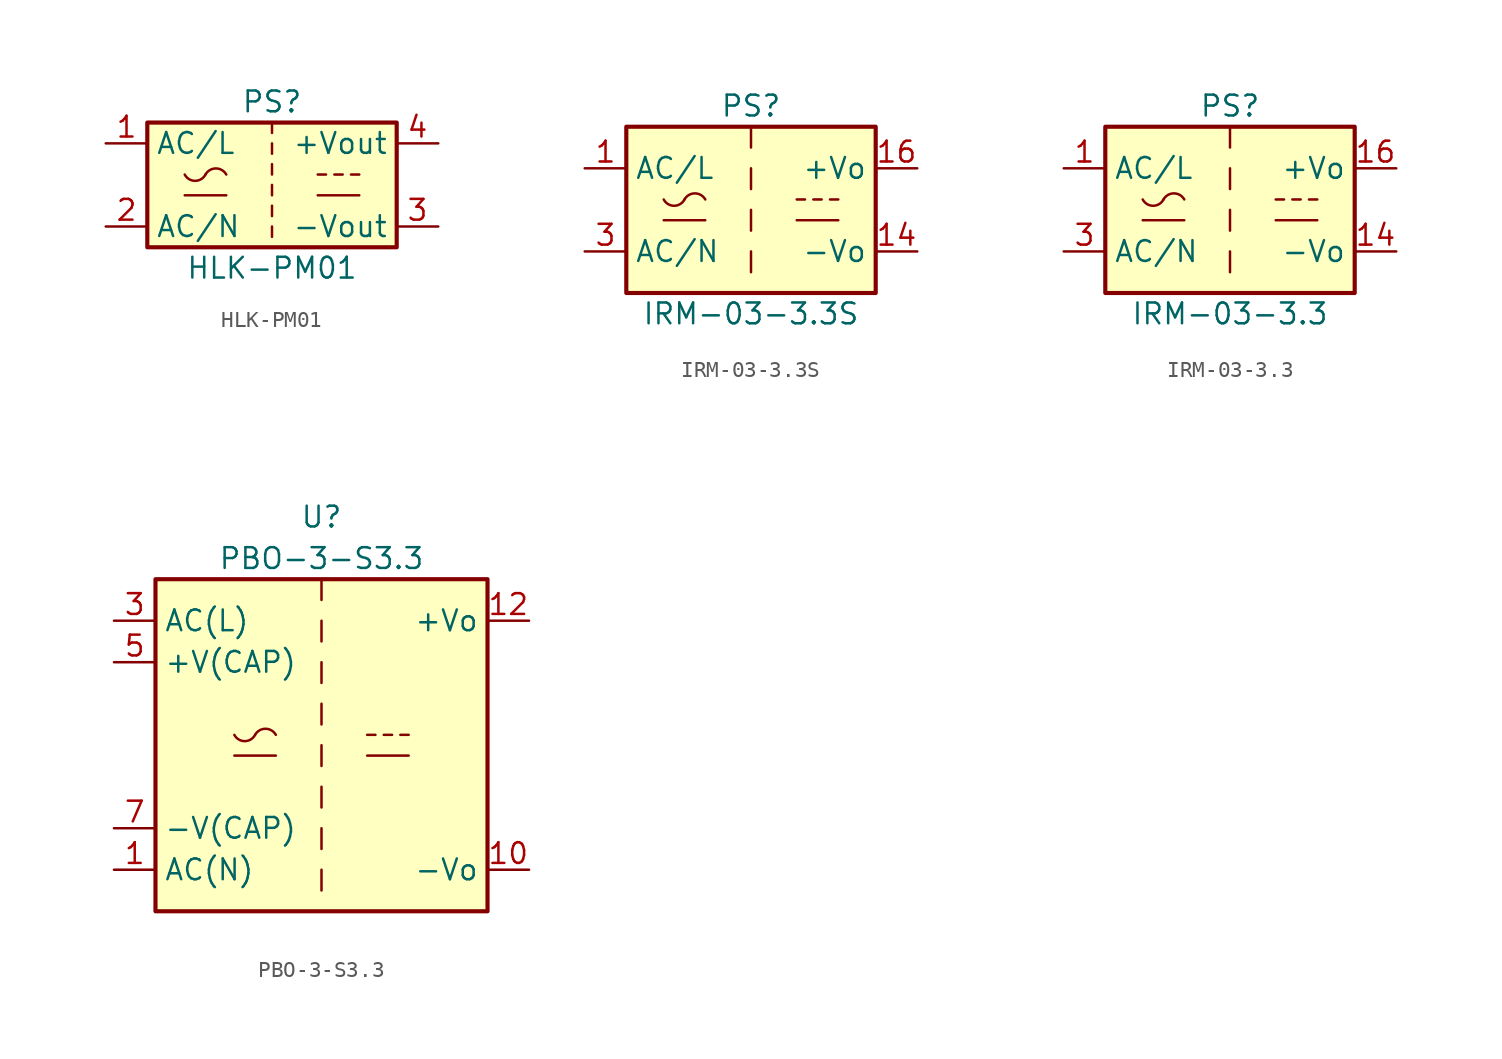
<source format=kicad_sym>
(kicad_symbol_lib
  (version 20211014)
  (generator kicad_symbol_editor)
  (symbol "HLK-PM01"
    (property "Reference" "PS"
      (at 0 5.08 0)
      (effects (font (size 1.27 1.27))))
    (property "Value" "HLK-PM01"
      (at 0 -5.08 0)
      (effects (font (size 1.27 1.27))))
    (symbol "HLK-PM01_0_1"
      (rectangle (start -7.62 3.81) (end 7.62 -3.81) (stroke (width 0.254) (type default) (color 0 0 0 0)) (fill (type background)))
      (arc (start -5.334 0.635) (mid -4.699 0.2495) (end -4.064 0.635) (stroke (width 0) (type default) (color 0 0 0 0)) (fill (type none)))
      (arc (start -2.794 0.635) (mid -3.429 1.0072) (end -4.064 0.635) (stroke (width 0) (type default) (color 0 0 0 0)) (fill (type none)))
      (polyline (pts (xy -5.334 -0.635) (xy -2.794 -0.635)) (stroke (width 0) (type default) (color 0 0 0 0)) (fill (type none)))
      (polyline (pts (xy 0 -2.54) (xy 0 -3.175)) (stroke (width 0) (type default) (color 0 0 0 0)) (fill (type none)))
      (polyline (pts (xy 0 -1.27) (xy 0 -1.905)) (stroke (width 0) (type default) (color 0 0 0 0)) (fill (type none)))
      (polyline (pts (xy 0 0) (xy 0 -0.635)) (stroke (width 0) (type default) (color 0 0 0 0)) (fill (type none)))
      (polyline (pts (xy 0 1.27) (xy 0 0.635)) (stroke (width 0) (type default) (color 0 0 0 0)) (fill (type none)))
      (polyline (pts (xy 0 2.54) (xy 0 1.905)) (stroke (width 0) (type default) (color 0 0 0 0)) (fill (type none)))
      (polyline (pts (xy 0 3.81) (xy 0 3.175)) (stroke (width 0) (type default) (color 0 0 0 0)) (fill (type none)))
      (polyline (pts (xy 2.794 -0.635) (xy 5.334 -0.635)) (stroke (width 0) (type default) (color 0 0 0 0)) (fill (type none)))
      (polyline (pts (xy 2.794 0.635) (xy 3.302 0.635)) (stroke (width 0) (type default) (color 0 0 0 0)) (fill (type none)))
      (polyline (pts (xy 3.81 0.635) (xy 4.318 0.635)) (stroke (width 0) (type default) (color 0 0 0 0)) (fill (type none)))
      (polyline (pts (xy 4.826 0.635) (xy 5.334 0.635)) (stroke (width 0) (type default) (color 0 0 0 0)) (fill (type none))))
    (symbol "HLK-PM01_1_1"
      (pin power_in line (at -10.16 2.54 0) (length 2.54) (name "AC/L" (effects (font (size 1.27 1.27)))) (number "1" (effects (font (size 1.27 1.27)))))
      (pin power_in line (at -10.16 -2.54 0) (length 2.54) (name "AC/N" (effects (font (size 1.27 1.27)))) (number "2" (effects (font (size 1.27 1.27)))))
      (pin power_out line (at 10.16 -2.54 180) (length 2.54) (name "-Vout" (effects (font (size 1.27 1.27)))) (number "3" (effects (font (size 1.27 1.27)))))
      (pin power_out line (at 10.16 2.54 180) (length 2.54) (name "+Vout" (effects (font (size 1.27 1.27)))) (number "4" (effects (font (size 1.27 1.27)))))))
  (symbol "IRM-03-3.3S"
    (property "Reference" "PS"
      (at 0 6.35 0)
      (effects (font (size 1.27 1.27))))
    (property "Value" "IRM-03-3.3S"
      (at 0 -6.35 0)
      (effects (font (size 1.27 1.27))))
    (symbol "IRM-03-3.3S_0_1"
      (rectangle (start -7.62 5.08) (end 7.62 -5.08) (stroke (width 0.254) (type default) (color 0 0 0 0)) (fill (type background)))
      (arc (start -5.334 0.635) (mid -4.699 0.2495) (end -4.064 0.635) (stroke (width 0) (type default) (color 0 0 0 0)) (fill (type none)))
      (arc (start -2.794 0.635) (mid -3.429 1.0072) (end -4.064 0.635) (stroke (width 0) (type default) (color 0 0 0 0)) (fill (type none)))
      (polyline (pts (xy -5.334 -0.635) (xy -2.794 -0.635)) (stroke (width 0) (type default) (color 0 0 0 0)) (fill (type none)))
      (polyline (pts (xy 0 -2.54) (xy 0 -3.81)) (stroke (width 0) (type default) (color 0 0 0 0)) (fill (type none)))
      (polyline (pts (xy 0 0) (xy 0 -1.27)) (stroke (width 0) (type default) (color 0 0 0 0)) (fill (type none)))
      (polyline (pts (xy 0 2.54) (xy 0 1.27)) (stroke (width 0) (type default) (color 0 0 0 0)) (fill (type none)))
      (polyline (pts (xy 0 5.08) (xy 0 3.81)) (stroke (width 0) (type default) (color 0 0 0 0)) (fill (type none)))
      (polyline (pts (xy 2.794 -0.635) (xy 5.334 -0.635)) (stroke (width 0) (type default) (color 0 0 0 0)) (fill (type none)))
      (polyline (pts (xy 2.794 0.635) (xy 3.302 0.635)) (stroke (width 0) (type default) (color 0 0 0 0)) (fill (type none)))
      (polyline (pts (xy 3.81 0.635) (xy 4.318 0.635)) (stroke (width 0) (type default) (color 0 0 0 0)) (fill (type none)))
      (polyline (pts (xy 4.826 0.635) (xy 5.334 0.635)) (stroke (width 0) (type default) (color 0 0 0 0)) (fill (type none))))
    (symbol "IRM-03-3.3S_1_1"
      (pin power_in line (at -10.16 2.54 0) (length 2.54) (name "AC/L" (effects (font (size 1.27 1.27)))) (number "1" (effects (font (size 1.27 1.27)))))
      (pin power_out line (at 10.16 -2.54 180) (length 2.54) (name "-Vo" (effects (font (size 1.27 1.27)))) (number "14" (effects (font (size 1.27 1.27)))))
      (pin power_out line (at 10.16 2.54 180) (length 2.54) (name "+Vo" (effects (font (size 1.27 1.27)))) (number "16" (effects (font (size 1.27 1.27)))))
      (pin power_in line (at -10.16 -2.54 0) (length 2.54) (name "AC/N" (effects (font (size 1.27 1.27)))) (number "3" (effects (font (size 1.27 1.27)))))))
  (symbol "IRM-03-3.3"
    (property "Reference" "PS"
      (at 0 6.35 0)
      (effects (font (size 1.27 1.27))))
    (property "Value" "IRM-03-3.3"
      (at 0 -6.35 0)
      (effects (font (size 1.27 1.27))))
    (symbol "IRM-03-3.3_0_1"
      (rectangle (start -7.62 5.08) (end 7.62 -5.08) (stroke (width 0.254) (type default) (color 0 0 0 0)) (fill (type background)))
      (arc (start -5.334 0.635) (mid -4.699 0.2495) (end -4.064 0.635) (stroke (width 0) (type default) (color 0 0 0 0)) (fill (type none)))
      (arc (start -2.794 0.635) (mid -3.429 1.0072) (end -4.064 0.635) (stroke (width 0) (type default) (color 0 0 0 0)) (fill (type none)))
      (polyline (pts (xy -5.334 -0.635) (xy -2.794 -0.635)) (stroke (width 0) (type default) (color 0 0 0 0)) (fill (type none)))
      (polyline (pts (xy 0 -2.54) (xy 0 -3.81)) (stroke (width 0) (type default) (color 0 0 0 0)) (fill (type none)))
      (polyline (pts (xy 0 0) (xy 0 -1.27)) (stroke (width 0) (type default) (color 0 0 0 0)) (fill (type none)))
      (polyline (pts (xy 0 2.54) (xy 0 1.27)) (stroke (width 0) (type default) (color 0 0 0 0)) (fill (type none)))
      (polyline (pts (xy 0 5.08) (xy 0 3.81)) (stroke (width 0) (type default) (color 0 0 0 0)) (fill (type none)))
      (polyline (pts (xy 2.794 -0.635) (xy 5.334 -0.635)) (stroke (width 0) (type default) (color 0 0 0 0)) (fill (type none)))
      (polyline (pts (xy 2.794 0.635) (xy 3.302 0.635)) (stroke (width 0) (type default) (color 0 0 0 0)) (fill (type none)))
      (polyline (pts (xy 3.81 0.635) (xy 4.318 0.635)) (stroke (width 0) (type default) (color 0 0 0 0)) (fill (type none)))
      (polyline (pts (xy 4.826 0.635) (xy 5.334 0.635)) (stroke (width 0) (type default) (color 0 0 0 0)) (fill (type none))))
    (symbol "IRM-03-3.3_1_1"
      (pin power_in line (at -10.16 2.54 0) (length 2.54) (name "AC/L" (effects (font (size 1.27 1.27)))) (number "1" (effects (font (size 1.27 1.27)))))
      (pin power_out line (at 10.16 -2.54 180) (length 2.54) (name "-Vo" (effects (font (size 1.27 1.27)))) (number "14" (effects (font (size 1.27 1.27)))))
      (pin power_out line (at 10.16 2.54 180) (length 2.54) (name "+Vo" (effects (font (size 1.27 1.27)))) (number "16" (effects (font (size 1.27 1.27)))))
      (pin power_in line (at -10.16 -2.54 0) (length 2.54) (name "AC/N" (effects (font (size 1.27 1.27)))) (number "3" (effects (font (size 1.27 1.27)))))
      (pin no_connect line (at -7.62 0 0) (length 2.54) hide (name "NC" (effects (font (size 1.27 1.27)))) (number "5" (effects (font (size 1.27 1.27)))))))
  (symbol "PBO-3-S3.3"
    (property "Reference" "U"
      (at 0 13.97 0)
      (effects (font (size 1.27 1.27))))
    (property "Value" "PBO-3-S3.3"
      (at 0 11.43 0)
      (effects (font (size 1.27 1.27))))
    (symbol "PBO-3-S3.3_1_1"
      (rectangle (start -10.16 10.16) (end 10.16 -10.16) (stroke (width 0.254) (type default) (color 0 0 0 0)) (fill (type background)))
      (arc (start -5.334 0.635) (mid -4.699 0.2495) (end -4.064 0.635) (stroke (width 0) (type default) (color 0 0 0 0)) (fill (type none)))
      (arc (start -2.794 0.635) (mid -3.429 1.0072) (end -4.064 0.635) (stroke (width 0) (type default) (color 0 0 0 0)) (fill (type none)))
      (polyline (pts (xy -5.334 -0.635) (xy -2.794 -0.635)) (stroke (width 0) (type default) (color 0 0 0 0)) (fill (type none)))
      (polyline (pts (xy 0 -7.62) (xy 0 -8.89)) (stroke (width 0) (type default) (color 0 0 0 0)) (fill (type none)))
      (polyline (pts (xy 0 -5.08) (xy 0 -6.35)) (stroke (width 0) (type default) (color 0 0 0 0)) (fill (type none)))
      (polyline (pts (xy 0 -2.54) (xy 0 -3.81)) (stroke (width 0) (type default) (color 0 0 0 0)) (fill (type none)))
      (polyline (pts (xy 0 0) (xy 0 -1.27)) (stroke (width 0) (type default) (color 0 0 0 0)) (fill (type none)))
      (polyline (pts (xy 0 2.54) (xy 0 1.27)) (stroke (width 0) (type default) (color 0 0 0 0)) (fill (type none)))
      (polyline (pts (xy 0 5.08) (xy 0 3.81)) (stroke (width 0) (type default) (color 0 0 0 0)) (fill (type none)))
      (polyline (pts (xy 0 7.62) (xy 0 6.35)) (stroke (width 0) (type default) (color 0 0 0 0)) (fill (type none)))
      (polyline (pts (xy 0 10.16) (xy 0 8.89)) (stroke (width 0) (type default) (color 0 0 0 0)) (fill (type none)))
      (polyline (pts (xy 2.794 -0.635) (xy 5.334 -0.635)) (stroke (width 0) (type default) (color 0 0 0 0)) (fill (type none)))
      (polyline (pts (xy 2.794 0.635) (xy 3.302 0.635)) (stroke (width 0) (type default) (color 0 0 0 0)) (fill (type none)))
      (polyline (pts (xy 3.81 0.635) (xy 4.318 0.635)) (stroke (width 0) (type default) (color 0 0 0 0)) (fill (type none)))
      (polyline (pts (xy 4.826 0.635) (xy 5.334 0.635)) (stroke (width 0) (type default) (color 0 0 0 0)) (fill (type none)))
      (pin power_in line (at -12.7 -7.62 0) (length 2.54) (name "AC(N)" (effects (font (size 1.27 1.27)))) (number "1" (effects (font (size 1.27 1.27)))))
      (pin power_out line (at 12.7 -7.62 180) (length 2.54) (name "-Vo" (effects (font (size 1.27 1.27)))) (number "10" (effects (font (size 1.27 1.27)))))
      (pin power_out line (at 12.7 7.62 180) (length 2.54) (name "+Vo" (effects (font (size 1.27 1.27)))) (number "12" (effects (font (size 1.27 1.27)))))
      (pin power_in line (at -12.7 7.62 0) (length 2.54) (name "AC(L)" (effects (font (size 1.27 1.27)))) (number "3" (effects (font (size 1.27 1.27)))))
      (pin passive line (at -12.7 5.08 0) (length 2.54) (name "+V(CAP)" (effects (font (size 1.27 1.27)))) (number "5" (effects (font (size 1.27 1.27)))))
      (pin passive line (at -12.7 -5.08 0) (length 2.54) (name "-V(CAP)" (effects (font (size 1.27 1.27)))) (number "7" (effects (font (size 1.27 1.27))))))))
</source>
